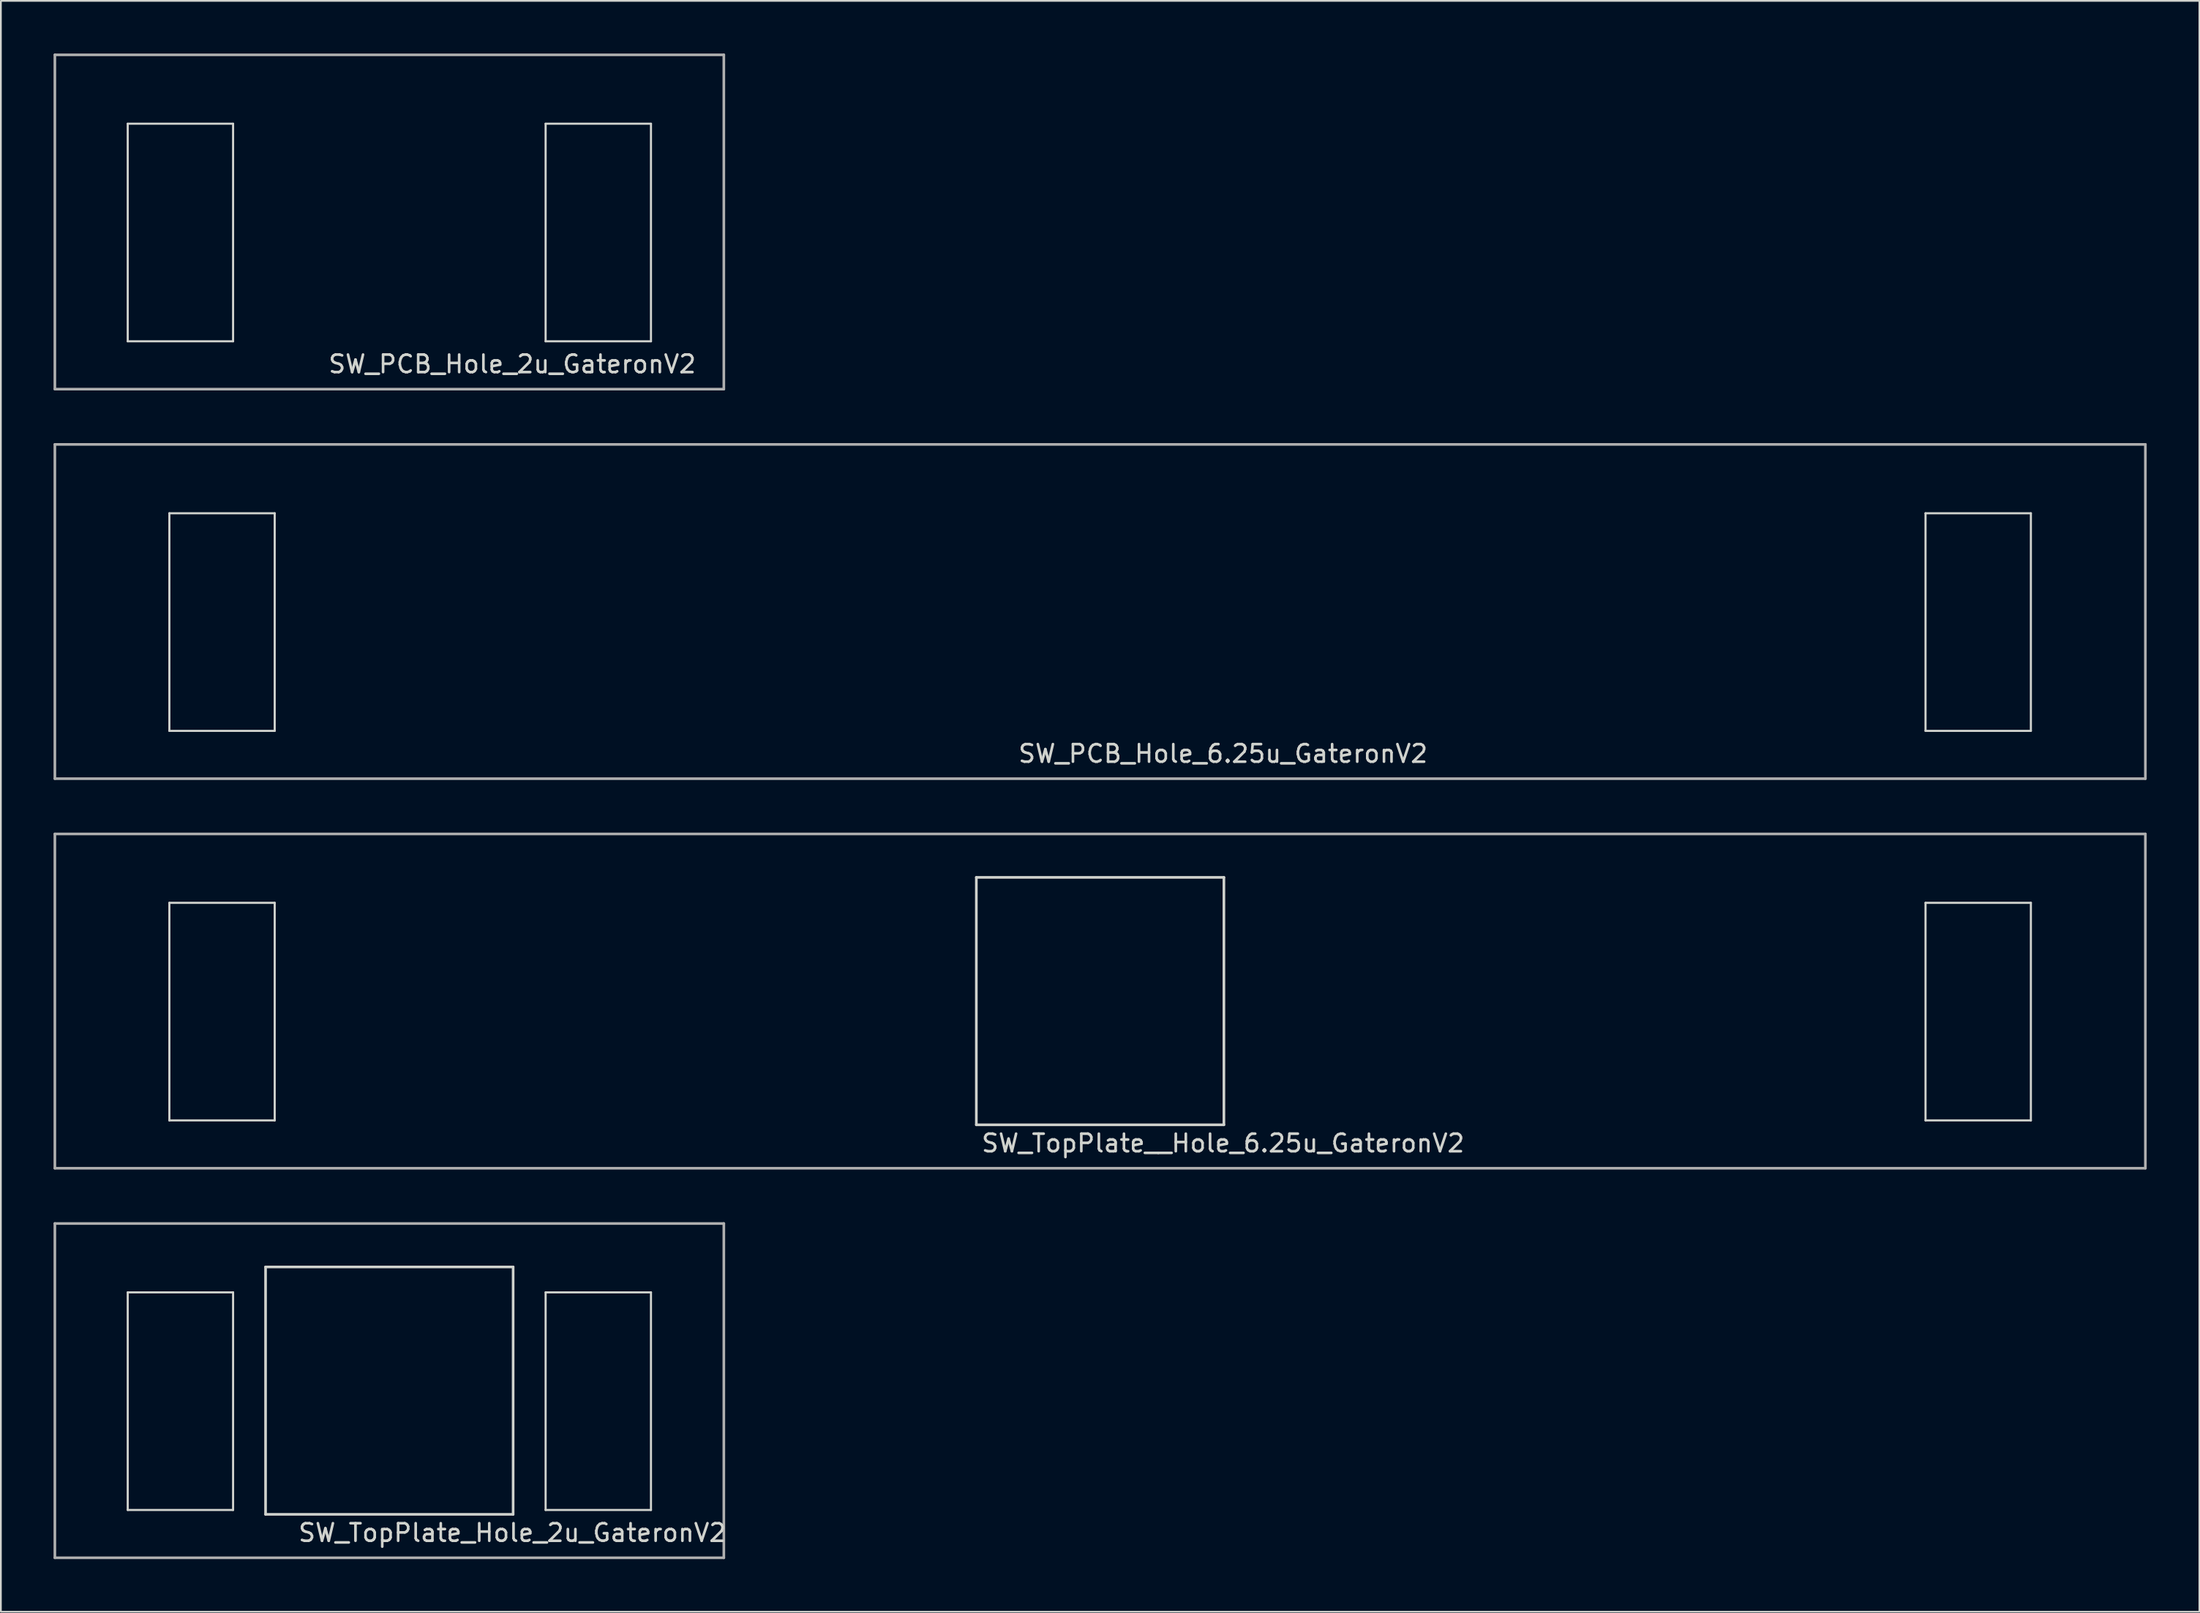
<source format=kicad_pcb>
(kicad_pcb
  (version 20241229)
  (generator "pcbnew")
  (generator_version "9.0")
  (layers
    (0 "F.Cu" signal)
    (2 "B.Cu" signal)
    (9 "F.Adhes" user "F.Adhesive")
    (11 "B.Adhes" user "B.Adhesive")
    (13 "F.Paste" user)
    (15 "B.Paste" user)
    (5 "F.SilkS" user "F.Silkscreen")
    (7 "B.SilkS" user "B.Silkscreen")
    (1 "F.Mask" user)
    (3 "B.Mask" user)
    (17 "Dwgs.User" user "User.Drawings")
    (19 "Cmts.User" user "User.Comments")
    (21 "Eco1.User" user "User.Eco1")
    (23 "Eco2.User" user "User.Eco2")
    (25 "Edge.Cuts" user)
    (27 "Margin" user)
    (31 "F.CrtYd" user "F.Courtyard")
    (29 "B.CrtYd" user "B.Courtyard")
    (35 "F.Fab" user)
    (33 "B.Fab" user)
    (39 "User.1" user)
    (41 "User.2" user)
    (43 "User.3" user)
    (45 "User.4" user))
  (footprint "SW_PCB_Hole_6.25u_GateronV2"
    (layer "F.Cu")
    (at 59.606 31.8)
    (property "Reference" "SW_PCB_Hole_6.25u_GateronV2" (at 7 8.1 0) (layer "Edge.Cuts") (effects (font (size 1 1) (thickness 0.15))))
    (attr through_hole)
    (fp_line (start -53.01 -5.6) (end -47.01 -5.6) (stroke (width 0.12) (type solid)) (layer "Edge.Cuts"))
    (fp_line (start -53.01 6.8) (end -53.01 -5.6) (stroke (width 0.12) (type solid)) (layer "Edge.Cuts"))
    (fp_line (start -47.01 -5.6) (end -47.01 6.8) (stroke (width 0.12) (type solid)) (layer "Edge.Cuts"))
    (fp_line (start -47.01 6.8) (end -53.01 6.8) (stroke (width 0.12) (type solid)) (layer "Edge.Cuts"))
    (fp_line (start 47.01 -5.6) (end 47.01 6.8) (stroke (width 0.12) (type solid)) (layer "Edge.Cuts"))
    (fp_line (start 47.01 6.8) (end 53.01 6.8) (stroke (width 0.12) (type solid)) (layer "Edge.Cuts"))
    (fp_line (start 53.01 -5.6) (end 47.01 -5.6) (stroke (width 0.12) (type solid)) (layer "Edge.Cuts"))
    (fp_line (start 53.01 6.8) (end 53.01 -5.6) (stroke (width 0.12) (type solid)) (layer "Edge.Cuts"))
    (fp_line (start -59.531 -9.525) (end -59.531 9.525) (stroke (width 0.15) (type solid)) (layer "F.Fab"))
    (fp_line (start -59.531 9.525) (end 59.531 9.525) (stroke (width 0.15) (type solid)) (layer "F.Fab"))
    (fp_line (start 59.531 -9.525) (end -59.531 -9.525) (stroke (width 0.15) (type solid)) (layer "F.Fab"))
    (fp_line (start 59.531 9.525) (end 59.531 -9.525) (stroke (width 0.15) (type solid)) (layer "F.Fab")))
  (footprint "SW_PCB_Hole_2u_GateronV2"
    (layer "F.Cu")
    (at 19.125 9.6)
    (property "Reference" "SW_PCB_Hole_2u_GateronV2" (at 7 8.1 0) (layer "Edge.Cuts") (effects (font (size 1 1) (thickness 0.15))))
    (attr through_hole)
    (fp_line (start -14.9 -5.6) (end -8.9 -5.6) (stroke (width 0.12) (type solid)) (layer "Edge.Cuts"))
    (fp_line (start -14.9 6.8) (end -14.9 -5.6) (stroke (width 0.12) (type solid)) (layer "Edge.Cuts"))
    (fp_line (start -8.9 -5.6) (end -8.9 6.8) (stroke (width 0.12) (type solid)) (layer "Edge.Cuts"))
    (fp_line (start -8.9 6.8) (end -14.9 6.8) (stroke (width 0.12) (type solid)) (layer "Edge.Cuts"))
    (fp_line (start 8.9 -5.6) (end 8.9 6.8) (stroke (width 0.12) (type solid)) (layer "Edge.Cuts"))
    (fp_line (start 8.9 6.8) (end 14.9 6.8) (stroke (width 0.12) (type solid)) (layer "Edge.Cuts"))
    (fp_line (start 14.9 -5.6) (end 8.9 -5.6) (stroke (width 0.12) (type solid)) (layer "Edge.Cuts"))
    (fp_line (start 14.9 6.8) (end 14.9 -5.6) (stroke (width 0.12) (type solid)) (layer "Edge.Cuts"))
    (fp_line (start -19.05 -9.525) (end -19.05 9.525) (stroke (width 0.15) (type solid)) (layer "F.Fab"))
    (fp_line (start -19.05 9.525) (end 19.05 9.525) (stroke (width 0.15) (type solid)) (layer "F.Fab"))
    (fp_line (start 19.05 -9.525) (end -19.05 -9.525) (stroke (width 0.15) (type solid)) (layer "F.Fab"))
    (fp_line (start 19.05 9.525) (end 19.05 -9.525) (stroke (width 0.15) (type solid)) (layer "F.Fab")))
  (footprint "SW_TopPlate__Hole_6.25u_GateronV2"
    (layer "F.Cu")
    (at 59.606 54)
    (property "Reference" "SW_TopPlate__Hole_6.25u_GateronV2" (at 7 8.1 0) (layer "Edge.Cuts") (effects (font (size 1 1) (thickness 0.15))))
    (attr through_hole)
    (fp_line (start -53.01 -5.6) (end -47.01 -5.6) (stroke (width 0.12) (type solid)) (layer "Edge.Cuts"))
    (fp_line (start -53.01 6.8) (end -53.01 -5.6) (stroke (width 0.12) (type solid)) (layer "Edge.Cuts"))
    (fp_line (start -47.01 -5.6) (end -47.01 6.8) (stroke (width 0.12) (type solid)) (layer "Edge.Cuts"))
    (fp_line (start -47.01 6.8) (end -53.01 6.8) (stroke (width 0.12) (type solid)) (layer "Edge.Cuts"))
    (fp_line (start -7.05 -7.05) (end 7.05 -7.05) (stroke (width 0.15) (type solid)) (layer "Edge.Cuts"))
    (fp_line (start -7.05 7.05) (end -7.05 -7.05) (stroke (width 0.15) (type solid)) (layer "Edge.Cuts"))
    (fp_line (start 7.05 -7.05) (end 7.05 7.05) (stroke (width 0.15) (type solid)) (layer "Edge.Cuts"))
    (fp_line (start 7.05 7.05) (end -7.05 7.05) (stroke (width 0.15) (type solid)) (layer "Edge.Cuts"))
    (fp_line (start 47.01 -5.6) (end 47.01 6.8) (stroke (width 0.12) (type solid)) (layer "Edge.Cuts"))
    (fp_line (start 47.01 6.8) (end 53.01 6.8) (stroke (width 0.12) (type solid)) (layer "Edge.Cuts"))
    (fp_line (start 53.01 -5.6) (end 47.01 -5.6) (stroke (width 0.12) (type solid)) (layer "Edge.Cuts"))
    (fp_line (start 53.01 6.8) (end 53.01 -5.6) (stroke (width 0.12) (type solid)) (layer "Edge.Cuts"))
    (fp_line (start -59.531 -9.525) (end -59.531 9.525) (stroke (width 0.15) (type solid)) (layer "F.Fab"))
    (fp_line (start -59.531 9.525) (end 59.531 9.525) (stroke (width 0.15) (type solid)) (layer "F.Fab"))
    (fp_line (start 59.531 -9.525) (end -59.531 -9.525) (stroke (width 0.15) (type solid)) (layer "F.Fab"))
    (fp_line (start 59.531 9.525) (end 59.531 -9.525) (stroke (width 0.15) (type solid)) (layer "F.Fab")))
  (footprint "SW_TopPlate_Hole_2u_GateronV2"
    (layer "F.Cu")
    (at 19.125 76.2)
    (property "Reference" "SW_TopPlate_Hole_2u_GateronV2" (at 7 8.1 0) (layer "Edge.Cuts") (effects (font (size 1 1) (thickness 0.15))))
    (attr through_hole)
    (fp_line (start -14.9 -5.6) (end -8.9 -5.6) (stroke (width 0.12) (type solid)) (layer "Edge.Cuts"))
    (fp_line (start -14.9 6.8) (end -14.9 -5.6) (stroke (width 0.12) (type solid)) (layer "Edge.Cuts"))
    (fp_line (start -8.9 -5.6) (end -8.9 6.8) (stroke (width 0.12) (type solid)) (layer "Edge.Cuts"))
    (fp_line (start -8.9 6.8) (end -14.9 6.8) (stroke (width 0.12) (type solid)) (layer "Edge.Cuts"))
    (fp_line (start -7.05 -7.05) (end 7.05 -7.05) (stroke (width 0.15) (type solid)) (layer "Edge.Cuts"))
    (fp_line (start -7.05 7.05) (end -7.05 -7.05) (stroke (width 0.15) (type solid)) (layer "Edge.Cuts"))
    (fp_line (start 7.05 -7.05) (end 7.05 7.05) (stroke (width 0.15) (type solid)) (layer "Edge.Cuts"))
    (fp_line (start 7.05 7.05) (end -7.05 7.05) (stroke (width 0.15) (type solid)) (layer "Edge.Cuts"))
    (fp_line (start 8.9 -5.6) (end 8.9 6.8) (stroke (width 0.12) (type solid)) (layer "Edge.Cuts"))
    (fp_line (start 8.9 6.8) (end 14.9 6.8) (stroke (width 0.12) (type solid)) (layer "Edge.Cuts"))
    (fp_line (start 14.9 -5.6) (end 8.9 -5.6) (stroke (width 0.12) (type solid)) (layer "Edge.Cuts"))
    (fp_line (start 14.9 6.8) (end 14.9 -5.6) (stroke (width 0.12) (type solid)) (layer "Edge.Cuts"))
    (fp_line (start -19.05 -9.525) (end -19.05 9.525) (stroke (width 0.15) (type solid)) (layer "F.Fab"))
    (fp_line (start -19.05 9.525) (end 19.05 9.525) (stroke (width 0.15) (type solid)) (layer "F.Fab"))
    (fp_line (start 19.05 -9.525) (end -19.05 -9.525) (stroke (width 0.15) (type solid)) (layer "F.Fab"))
    (fp_line (start 19.05 9.525) (end 19.05 -9.525) (stroke (width 0.15) (type solid)) (layer "F.Fab")))
  (gr_rect
    (start -3 -3)
    (end 122.213 88.8)
    (stroke (width 0.1) (type default))
    (fill no)
    (layer "Edge.Cuts")))
</source>
